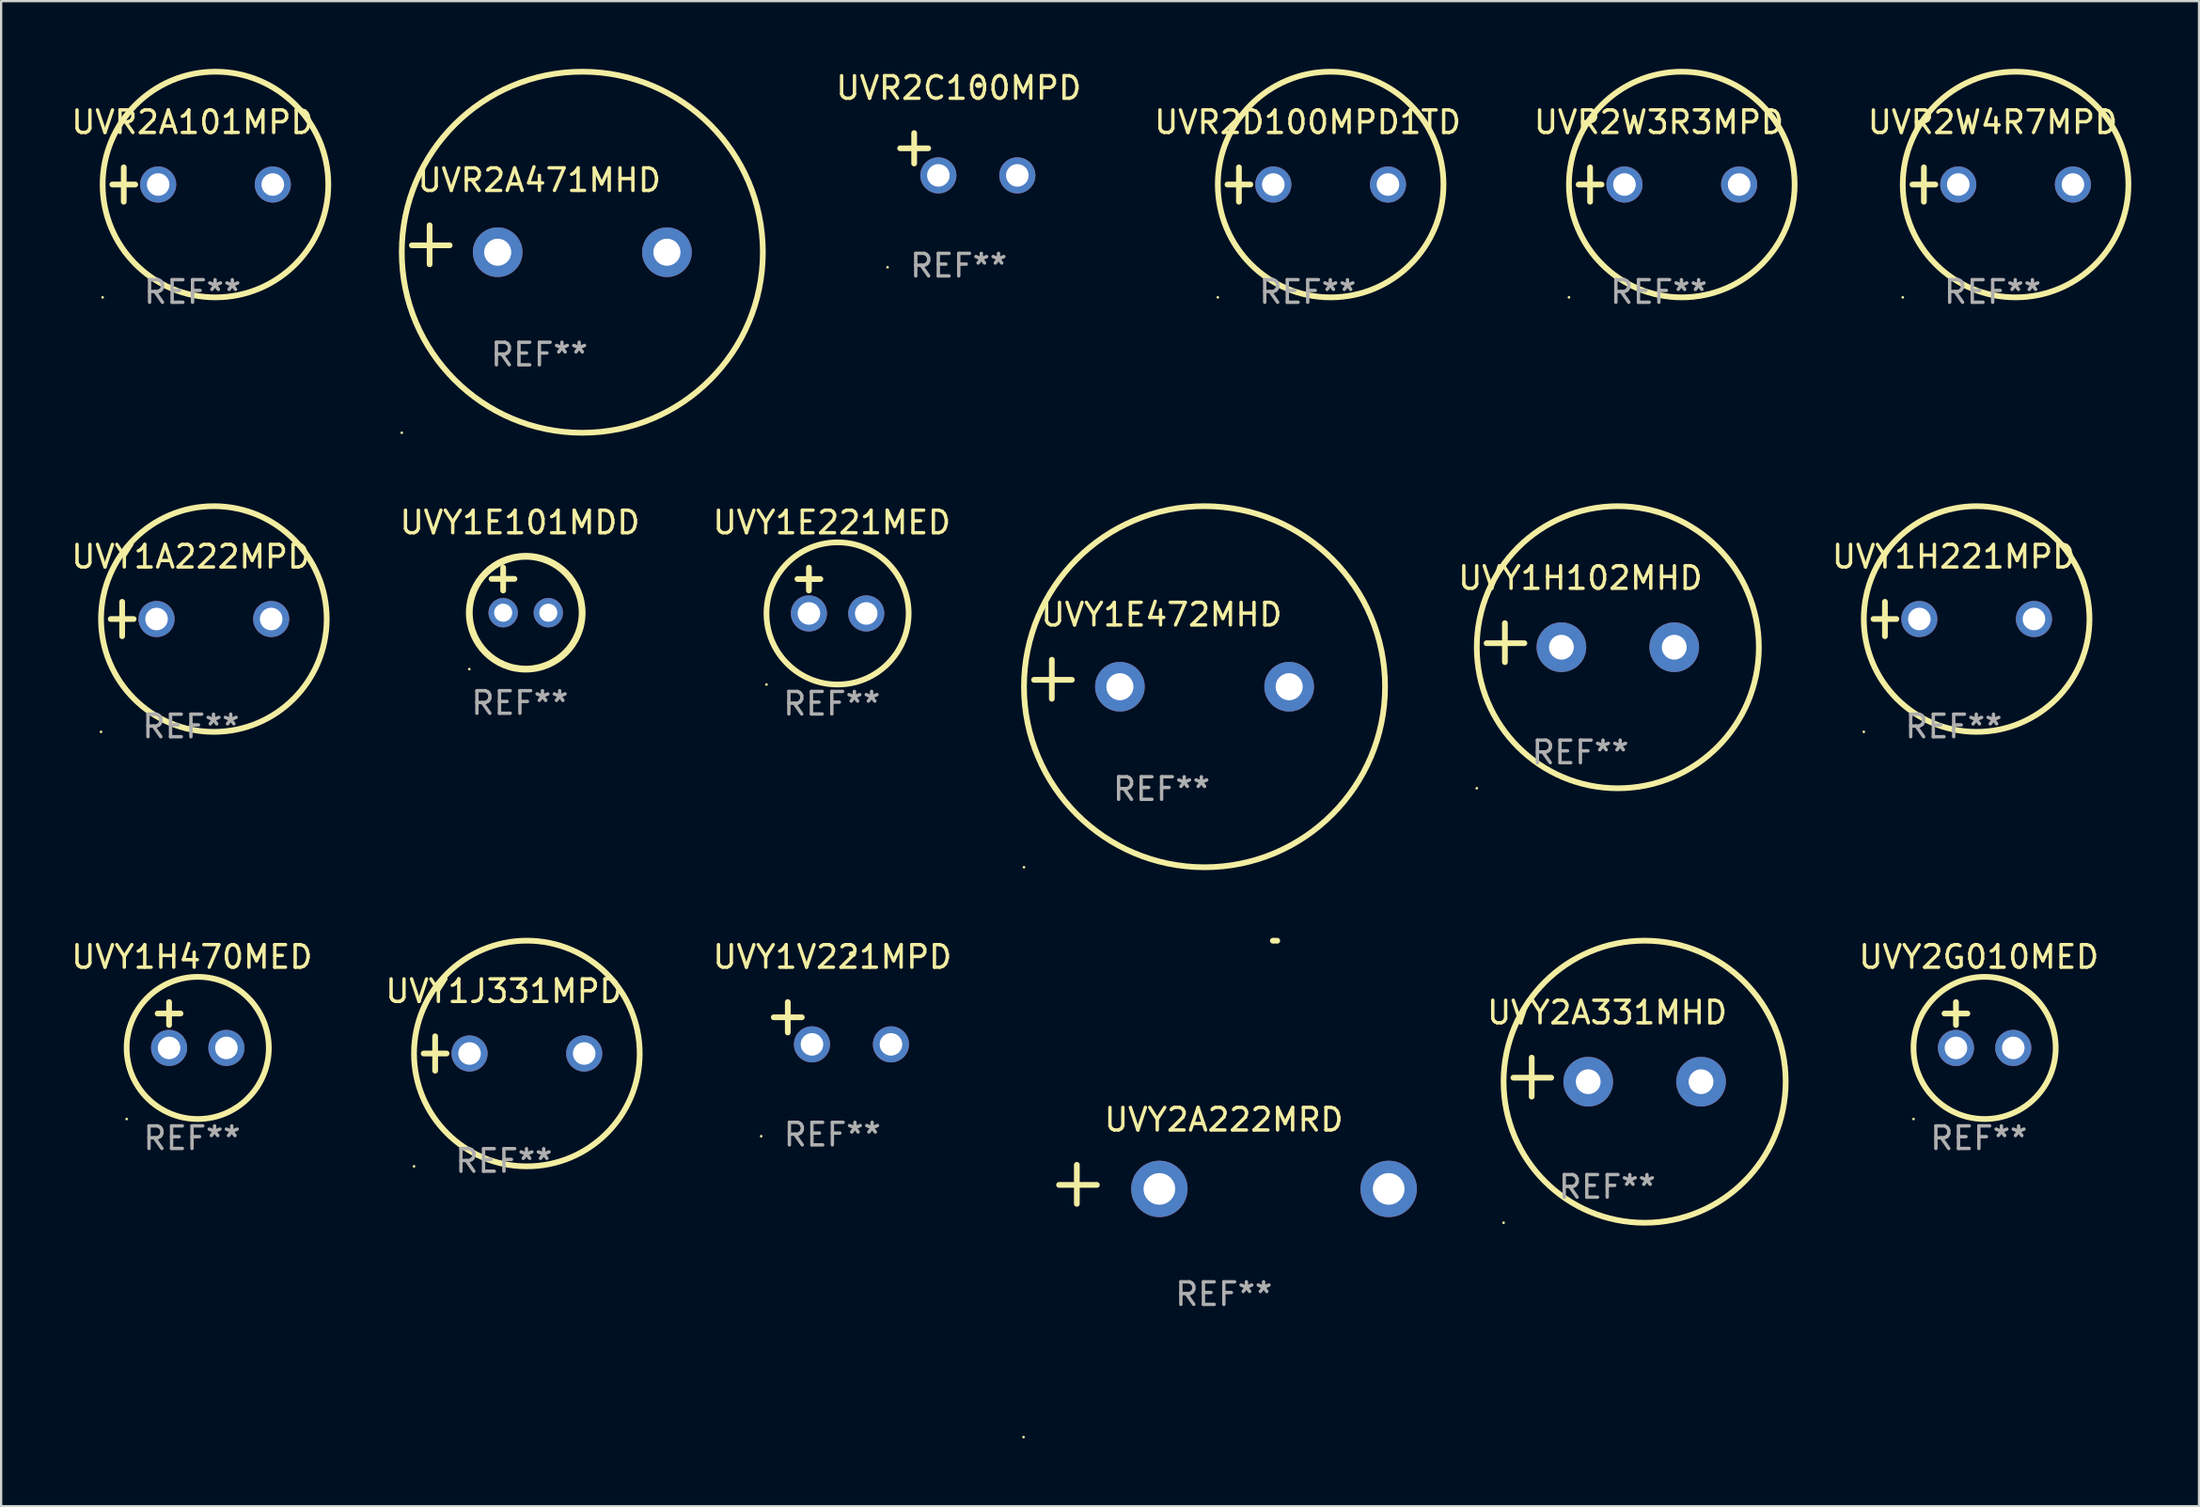
<source format=kicad_pcb>
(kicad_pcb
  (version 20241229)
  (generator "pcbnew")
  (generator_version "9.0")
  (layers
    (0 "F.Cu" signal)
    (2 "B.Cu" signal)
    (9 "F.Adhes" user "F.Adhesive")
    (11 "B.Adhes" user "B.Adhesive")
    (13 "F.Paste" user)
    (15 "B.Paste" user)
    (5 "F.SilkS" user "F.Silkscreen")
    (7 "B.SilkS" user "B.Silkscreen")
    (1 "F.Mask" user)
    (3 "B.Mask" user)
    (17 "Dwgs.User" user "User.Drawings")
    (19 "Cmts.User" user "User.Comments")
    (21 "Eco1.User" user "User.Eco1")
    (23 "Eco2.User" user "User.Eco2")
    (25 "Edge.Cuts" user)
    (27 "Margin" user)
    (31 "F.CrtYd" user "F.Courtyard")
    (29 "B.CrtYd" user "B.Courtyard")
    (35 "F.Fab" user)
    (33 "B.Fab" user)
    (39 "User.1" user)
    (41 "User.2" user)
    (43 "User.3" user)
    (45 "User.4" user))
  (footprint "UVY2G010MED"
    (layer "F.Cu")
    (at 84.637 42.372)
    (property "Reference" "UVY2G010MED" (at 0 -3.016 0) (layer "F.SilkS") (effects (font (size 1 1) (thickness 0.15))))
    (attr through_hole)
    (fp_line (start -1.524 -0.508) (end -0.508 -0.508) (stroke (width 0.254) (type solid)) (layer "F.SilkS"))
    (fp_line (start -1.016 -1.016) (end -1.016 0) (stroke (width 0.254) (type solid)) (layer "F.SilkS"))
    (fp_circle (center -2.896 4.166) (end -2.866 4.166) (stroke (width 0.06) (type solid)) (fill no) (layer "F.SilkS"))
    (fp_circle (center 0.254 1.016) (end 3.404 1.016) (stroke (width 0.254) (type solid)) (fill no) (layer "F.SilkS"))
    (fp_text user "REF**" (at 0 5.016 0) (layer "F.Fab") (effects (font (size 1 1) (thickness 0.15))))
    (pad "1" thru_hole circle (at -1.016 1.016) (size 1.6 1.6) (drill 1) (layers "*.Cu" "*.Mask"))
    (pad "2" thru_hole circle (at 1.524 1.016) (size 1.6 1.6) (drill 1) (layers "*.Cu" "*.Mask")))
  (footprint "UVY1H470MED"
    (layer "F.Cu")
    (at 5.458 42.372)
    (property "Reference" "UVY1H470MED" (at 0 -3.016 0) (layer "F.SilkS") (effects (font (size 1 1) (thickness 0.15))))
    (attr through_hole)
    (fp_line (start -1.524 -0.508) (end -0.508 -0.508) (stroke (width 0.254) (type solid)) (layer "F.SilkS"))
    (fp_line (start -1.016 -1.016) (end -1.016 0) (stroke (width 0.254) (type solid)) (layer "F.SilkS"))
    (fp_circle (center -2.896 4.166) (end -2.866 4.166) (stroke (width 0.06) (type solid)) (fill no) (layer "F.SilkS"))
    (fp_circle (center 0.254 1.016) (end 3.404 1.016) (stroke (width 0.254) (type solid)) (fill no) (layer "F.SilkS"))
    (fp_text user "REF**" (at 0 5.016 0) (layer "F.Fab") (effects (font (size 1 1) (thickness 0.15))))
    (pad "1" thru_hole circle (at -1.016 1.016) (size 1.6 1.6) (drill 1) (layers "*.Cu" "*.Mask"))
    (pad "2" thru_hole circle (at 1.524 1.016) (size 1.6 1.6) (drill 1) (layers "*.Cu" "*.Mask")))
  (footprint "UVY1E221MED"
    (layer "F.Cu")
    (at 33.81 23.118)
    (property "Reference" "UVY1E221MED" (at 0 -3.016 0) (layer "F.SilkS") (effects (font (size 1 1) (thickness 0.15))))
    (attr through_hole)
    (fp_line (start -1.524 -0.508) (end -0.508 -0.508) (stroke (width 0.254) (type solid)) (layer "F.SilkS"))
    (fp_line (start -1.016 -1.016) (end -1.016 0) (stroke (width 0.254) (type solid)) (layer "F.SilkS"))
    (fp_circle (center -2.896 4.166) (end -2.866 4.166) (stroke (width 0.06) (type solid)) (fill no) (layer "F.SilkS"))
    (fp_circle (center 0.254 1.016) (end 3.404 1.016) (stroke (width 0.254) (type solid)) (fill no) (layer "F.SilkS"))
    (fp_text user "REF**" (at 0 5.016 0) (layer "F.Fab") (effects (font (size 1 1) (thickness 0.15))))
    (pad "1" thru_hole circle (at -1.016 1.016) (size 1.6 1.6) (drill 1) (layers "*.Cu" "*.Mask"))
    (pad "2" thru_hole circle (at 1.524 1.016) (size 1.6 1.6) (drill 1) (layers "*.Cu" "*.Mask")))
  (footprint "UVY1H102MHD"
    (layer "F.Cu")
    (at 66.98 25.428)
    (property "Reference" "UVY1H102MHD" (at 0 -2.864 0) (layer "F.SilkS") (effects (font (size 1 1) (thickness 0.15))))
    (attr through_hole)
    (fp_line (start -3.346 0.864) (end -3.346 -0.864) (stroke (width 0.254) (type solid)) (layer "F.SilkS"))
    (fp_line (start -2.482 0.025) (end -4.158 0.025) (stroke (width 0.254) (type solid)) (layer "F.SilkS"))
    (fp_circle (center -4.592 6.453) (end -4.562 6.453) (stroke (width 0.06) (type solid)) (fill no) (layer "F.SilkS"))
    (fp_circle (center 1.658 0.203) (end 7.908 0.203) (stroke (width 0.254) (type solid)) (fill no) (layer "F.SilkS"))
    (fp_text user "REF**" (at 0 4.864 0) (layer "F.Fab") (effects (font (size 1 1) (thickness 0.15))))
    (pad "1" thru_hole circle (at -0.842 0.203) (size 2.2 2.2) (drill 1.1) (layers "*.Cu" "*.Mask"))
    (pad "2" thru_hole circle (at 4.158 0.203) (size 2.2 2.2) (drill 1.1) (layers "*.Cu" "*.Mask")))
  (footprint "UVY1E472MHD"
    (layer "F.Cu")
    (at 48.422 27.051)
    (property "Reference" "UVY1E472MHD" (at 0 -2.864 0) (layer "F.SilkS") (effects (font (size 1 1) (thickness 0.15))))
    (attr through_hole)
    (fp_line (start -4.864 0.864) (end -4.864 -0.864) (stroke (width 0.254) (type solid)) (layer "F.SilkS"))
    (fp_line (start -3.975 0.025) (end -5.652 0.025) (stroke (width 0.254) (type solid)) (layer "F.SilkS"))
    (fp_circle (center -6.098 8.33) (end -6.068 8.33) (stroke (width 0.06) (type solid)) (fill no) (layer "F.SilkS"))
    (fp_circle (center 1.902 0.33) (end 9.902 0.33) (stroke (width 0.254) (type solid)) (fill no) (layer "F.SilkS"))
    (fp_text user "REF**" (at 0 4.864 0) (layer "F.Fab") (effects (font (size 1 1) (thickness 0.15))))
    (pad "1" thru_hole circle (at -1.848 0.33) (size 2.2 2.2) (drill 1.2) (layers "*.Cu" "*.Mask"))
    (pad "2" thru_hole circle (at 5.652 0.33) (size 2.2 2.2) (drill 1.2) (layers "*.Cu" "*.Mask")))
  (footprint "UVY1V221MPD"
    (layer "F.Cu")
    (at 33.833 42.293)
    (property "Reference" "UVY1V221MPD" (at 0 -2.937 0) (layer "F.SilkS") (effects (font (size 1 1) (thickness 0.15))))
    (attr through_hole)
    (fp_line (start -1.975 0.41) (end -1.975 -0.937) (stroke (width 0.254) (type solid)) (layer "F.SilkS"))
    (fp_line (start -1.353 -0.263) (end -2.597 -0.263) (stroke (width 0.254) (type solid)) (layer "F.SilkS"))
    (fp_arc (start 0.849809 -3.063957) (mid 0.885369 -3.064114) (end 0.920929 -3.063957) (stroke (width 0.254001) (type solid)) (layer "F.SilkS"))
    (fp_circle (center -3.154 5.008) (end -3.124 5.008) (stroke (width 0.06) (type solid)) (fill no) (layer "F.SilkS"))
    (fp_text user "REF**" (at 0 4.937 0) (layer "F.Fab") (effects (font (size 1 1) (thickness 0.15))))
    (pad "1" thru_hole circle (at -0.903 0.937) (size 1.6 1.6) (drill 1) (layers "*.Cu" "*.Mask"))
    (pad "2" thru_hole circle (at 2.597 0.937) (size 1.6 1.6) (drill 1) (layers "*.Cu" "*.Mask")))
  (footprint "UVY1J331MPD"
    (layer "F.Cu")
    (at 19.28 43.635)
    (property "Reference" "UVY1J331MPD" (at 0 -2.762 0) (layer "F.SilkS") (effects (font (size 1 1) (thickness 0.15))))
    (attr through_hole)
    (fp_line (start -3.556 0) (end -2.54 0) (stroke (width 0.254) (type solid)) (layer "F.SilkS"))
    (fp_line (start -3.048 -0.762) (end -3.048 0.762) (stroke (width 0.254) (type solid)) (layer "F.SilkS"))
    (fp_circle (center -3.984 5) (end -3.954 5) (stroke (width 0.06) (type solid)) (fill no) (layer "F.SilkS"))
    (fp_circle (center 1.016 0) (end 6.016 0) (stroke (width 0.254) (type solid)) (fill no) (layer "F.SilkS"))
    (fp_text user "REF**" (at 0 4.762 0) (layer "F.Fab") (effects (font (size 1 1) (thickness 0.15))))
    (pad "1" thru_hole circle (at -1.524 0) (size 1.6 1.6) (drill 1) (layers "*.Cu" "*.Mask"))
    (pad "2" thru_hole circle (at 3.556 0) (size 1.6 1.6) (drill 1) (layers "*.Cu" "*.Mask")))
  (footprint "UVR2W4R7MPD"
    (layer "F.Cu")
    (at 85.248 5.127)
    (property "Reference" "UVR2W4R7MPD" (at 0 -2.762 0) (layer "F.SilkS") (effects (font (size 1 1) (thickness 0.15))))
    (attr through_hole)
    (fp_line (start -3.556 0) (end -2.54 0) (stroke (width 0.254) (type solid)) (layer "F.SilkS"))
    (fp_line (start -3.048 -0.762) (end -3.048 0.762) (stroke (width 0.254) (type solid)) (layer "F.SilkS"))
    (fp_circle (center -3.984 5) (end -3.954 5) (stroke (width 0.06) (type solid)) (fill no) (layer "F.SilkS"))
    (fp_circle (center 1.016 0) (end 6.016 0) (stroke (width 0.254) (type solid)) (fill no) (layer "F.SilkS"))
    (fp_text user "REF**" (at 0 4.762 0) (layer "F.Fab") (effects (font (size 1 1) (thickness 0.15))))
    (pad "1" thru_hole circle (at -1.524 0) (size 1.6 1.6) (drill 1) (layers "*.Cu" "*.Mask"))
    (pad "2" thru_hole circle (at 3.556 0) (size 1.6 1.6) (drill 1) (layers "*.Cu" "*.Mask")))
  (footprint "UVR2W3R3MPD"
    (layer "F.Cu")
    (at 70.457 5.127)
    (property "Reference" "UVR2W3R3MPD" (at 0 -2.762 0) (layer "F.SilkS") (effects (font (size 1 1) (thickness 0.15))))
    (attr through_hole)
    (fp_line (start -3.556 0) (end -2.54 0) (stroke (width 0.254) (type solid)) (layer "F.SilkS"))
    (fp_line (start -3.048 -0.762) (end -3.048 0.762) (stroke (width 0.254) (type solid)) (layer "F.SilkS"))
    (fp_circle (center -3.984 5) (end -3.954 5) (stroke (width 0.06) (type solid)) (fill no) (layer "F.SilkS"))
    (fp_circle (center 1.016 0) (end 6.016 0) (stroke (width 0.254) (type solid)) (fill no) (layer "F.SilkS"))
    (fp_text user "REF**" (at 0 4.762 0) (layer "F.Fab") (effects (font (size 1 1) (thickness 0.15))))
    (pad "1" thru_hole circle (at -1.524 0) (size 1.6 1.6) (drill 1) (layers "*.Cu" "*.Mask"))
    (pad "2" thru_hole circle (at 3.556 0) (size 1.6 1.6) (drill 1) (layers "*.Cu" "*.Mask")))
  (footprint "UVR2D100MPD1TD"
    (layer "F.Cu")
    (at 54.897 5.127)
    (property "Reference" "UVR2D100MPD1TD" (at 0 -2.762 0) (layer "F.SilkS") (effects (font (size 1 1) (thickness 0.15))))
    (attr through_hole)
    (fp_line (start -3.556 0) (end -2.54 0) (stroke (width 0.254) (type solid)) (layer "F.SilkS"))
    (fp_line (start -3.048 -0.762) (end -3.048 0.762) (stroke (width 0.254) (type solid)) (layer "F.SilkS"))
    (fp_circle (center -3.984 5) (end -3.954 5) (stroke (width 0.06) (type solid)) (fill no) (layer "F.SilkS"))
    (fp_circle (center 1.016 0) (end 6.016 0) (stroke (width 0.254) (type solid)) (fill no) (layer "F.SilkS"))
    (fp_text user "REF**" (at 0 4.762 0) (layer "F.Fab") (effects (font (size 1 1) (thickness 0.15))))
    (pad "1" thru_hole circle (at -1.524 0) (size 1.6 1.6) (drill 1) (layers "*.Cu" "*.Mask"))
    (pad "2" thru_hole circle (at 3.556 0) (size 1.6 1.6) (drill 1) (layers "*.Cu" "*.Mask")))
  (footprint "UVY2A331MHD"
    (layer "F.Cu")
    (at 68.168 44.682)
    (property "Reference" "UVY2A331MHD" (at 0 -2.864 0) (layer "F.SilkS") (effects (font (size 1 1) (thickness 0.15))))
    (attr through_hole)
    (fp_line (start -3.346 0.864) (end -3.346 -0.864) (stroke (width 0.254) (type solid)) (layer "F.SilkS"))
    (fp_line (start -2.482 0.025) (end -4.158 0.025) (stroke (width 0.254) (type solid)) (layer "F.SilkS"))
    (fp_circle (center -4.592 6.453) (end -4.562 6.453) (stroke (width 0.06) (type solid)) (fill no) (layer "F.SilkS"))
    (fp_circle (center 1.658 0.203) (end 7.908 0.203) (stroke (width 0.254) (type solid)) (fill no) (layer "F.SilkS"))
    (fp_text user "REF**" (at 0 4.864 0) (layer "F.Fab") (effects (font (size 1 1) (thickness 0.15))))
    (pad "1" thru_hole circle (at -0.842 0.203) (size 2.2 2.2) (drill 1.1) (layers "*.Cu" "*.Mask"))
    (pad "2" thru_hole circle (at 4.158 0.203) (size 2.2 2.2) (drill 1.1) (layers "*.Cu" "*.Mask")))
  (footprint "UVR2C100MPD"
    (layer "F.Cu")
    (at 39.433 3.785)
    (property "Reference" "UVR2C100MPD" (at 0 -2.937 0) (layer "F.SilkS") (effects (font (size 1 1) (thickness 0.15))))
    (attr through_hole)
    (fp_line (start -1.975 0.41) (end -1.975 -0.937) (stroke (width 0.254) (type solid)) (layer "F.SilkS"))
    (fp_line (start -1.353 -0.263) (end -2.597 -0.263) (stroke (width 0.254) (type solid)) (layer "F.SilkS"))
    (fp_arc (start 0.849809 -3.063957) (mid 0.885369 -3.064114) (end 0.920929 -3.063957) (stroke (width 0.254001) (type solid)) (layer "F.SilkS"))
    (fp_circle (center -3.154 5.008) (end -3.124 5.008) (stroke (width 0.06) (type solid)) (fill no) (layer "F.SilkS"))
    (fp_text user "REF**" (at 0 4.937 0) (layer "F.Fab") (effects (font (size 1 1) (thickness 0.15))))
    (pad "1" thru_hole circle (at -0.903 0.937) (size 1.6 1.6) (drill 1) (layers "*.Cu" "*.Mask"))
    (pad "2" thru_hole circle (at 2.597 0.937) (size 1.6 1.6) (drill 1) (layers "*.Cu" "*.Mask")))
  (footprint "UVR2A101MPD"
    (layer "F.Cu")
    (at 5.482 5.127)
    (property "Reference" "UVR2A101MPD" (at 0 -2.762 0) (layer "F.SilkS") (effects (font (size 1 1) (thickness 0.15))))
    (attr through_hole)
    (fp_line (start -3.556 0) (end -2.54 0) (stroke (width 0.254) (type solid)) (layer "F.SilkS"))
    (fp_line (start -3.048 -0.762) (end -3.048 0.762) (stroke (width 0.254) (type solid)) (layer "F.SilkS"))
    (fp_circle (center -3.984 5) (end -3.954 5) (stroke (width 0.06) (type solid)) (fill no) (layer "F.SilkS"))
    (fp_circle (center 1.016 0) (end 6.016 0) (stroke (width 0.254) (type solid)) (fill no) (layer "F.SilkS"))
    (fp_text user "REF**" (at 0 4.762 0) (layer "F.Fab") (effects (font (size 1 1) (thickness 0.15))))
    (pad "1" thru_hole circle (at -1.524 0) (size 1.6 1.6) (drill 1) (layers "*.Cu" "*.Mask"))
    (pad "2" thru_hole circle (at 3.556 0) (size 1.6 1.6) (drill 1) (layers "*.Cu" "*.Mask")))
  (footprint "UVR2A471MHD"
    (layer "F.Cu")
    (at 20.851 7.797)
    (property "Reference" "UVR2A471MHD" (at 0 -2.864 0) (layer "F.SilkS") (effects (font (size 1 1) (thickness 0.15))))
    (attr through_hole)
    (fp_line (start -4.864 0.864) (end -4.864 -0.864) (stroke (width 0.254) (type solid)) (layer "F.SilkS"))
    (fp_line (start -3.975 0.025) (end -5.652 0.025) (stroke (width 0.254) (type solid)) (layer "F.SilkS"))
    (fp_circle (center -6.098 8.33) (end -6.068 8.33) (stroke (width 0.06) (type solid)) (fill no) (layer "F.SilkS"))
    (fp_circle (center 1.902 0.33) (end 9.902 0.33) (stroke (width 0.254) (type solid)) (fill no) (layer "F.SilkS"))
    (fp_text user "REF**" (at 0 4.864 0) (layer "F.Fab") (effects (font (size 1 1) (thickness 0.15))))
    (pad "1" thru_hole circle (at -1.848 0.33) (size 2.2 2.2) (drill 1.2) (layers "*.Cu" "*.Mask"))
    (pad "2" thru_hole circle (at 5.652 0.33) (size 2.2 2.2) (drill 1.2) (layers "*.Cu" "*.Mask")))
  (footprint "UVY1E101MDD"
    (layer "F.Cu")
    (at 19.988 23.102)
    (property "Reference" "UVY1E101MDD" (at 0 -3 0) (layer "F.SilkS") (effects (font (size 1 1) (thickness 0.15))))
    (attr through_hole)
    (fp_line (start -1.258 -0.5) (end -0.242 -0.5) (stroke (width 0.254) (type solid)) (layer "F.SilkS"))
    (fp_line (start -0.742 -1) (end -0.742 0.016) (stroke (width 0.254) (type solid)) (layer "F.SilkS"))
    (fp_circle (center -2.242 3.5) (end -2.212 3.5) (stroke (width 0.06) (type solid)) (fill no) (layer "F.SilkS"))
    (fp_circle (center 0.258 1) (end 2.758 1) (stroke (width 0.3) (type solid)) (fill no) (layer "F.SilkS"))
    (fp_text user "REF**" (at 0 5 0) (layer "F.Fab") (effects (font (size 1 1) (thickness 0.15))))
    (pad "1" thru_hole circle (at -0.742 1) (size 1.3 1.3) (drill 0.8) (layers "*.Cu" "*.Mask"))
    (pad "2" thru_hole circle (at 1.258 1) (size 1.3 1.3) (drill 0.8) (layers "*.Cu" "*.Mask")))
  (footprint "UVY2A222MRD"
    (layer "F.Cu")
    (at 51.181 49.433)
    (property "Reference" "UVY2A222MRD" (at 0 -2.864 0) (layer "F.SilkS") (effects (font (size 1 1) (thickness 0.15))))
    (attr through_hole)
    (fp_line (start -6.515 0.864) (end -6.515 -0.864) (stroke (width 0.254) (type solid)) (layer "F.SilkS"))
    (fp_line (start -5.626 0.025) (end -7.303 0.025) (stroke (width 0.254) (type solid)) (layer "F.SilkS"))
    (fp_arc (start 2.171704 -10.797562) (mid 2.268229 -10.796706) (end 2.364744 -10.795022) (stroke (width 0.254001) (type solid)) (layer "F.SilkS"))
    (fp_circle (center -8.877 11.202) (end -8.847 11.202) (stroke (width 0.06) (type solid)) (fill no) (layer "F.SilkS"))
    (fp_text user "REF**" (at 0 4.864 0) (layer "F.Fab") (effects (font (size 1 1) (thickness 0.15))))
    (pad "1" thru_hole circle (at -2.858 0.203) (size 2.5 2.5) (drill 1.4) (layers "*.Cu" "*.Mask"))
    (pad "2" thru_hole circle (at 7.303 0.203) (size 2.5 2.5) (drill 1.4) (layers "*.Cu" "*.Mask")))
  (footprint "UVY1A222MPD"
    (layer "F.Cu")
    (at 5.411 24.381)
    (property "Reference" "UVY1A222MPD" (at 0 -2.762 0) (layer "F.SilkS") (effects (font (size 1 1) (thickness 0.15))))
    (attr through_hole)
    (fp_line (start -3.556 0) (end -2.54 0) (stroke (width 0.254) (type solid)) (layer "F.SilkS"))
    (fp_line (start -3.048 -0.762) (end -3.048 0.762) (stroke (width 0.254) (type solid)) (layer "F.SilkS"))
    (fp_circle (center -3.984 5) (end -3.954 5) (stroke (width 0.06) (type solid)) (fill no) (layer "F.SilkS"))
    (fp_circle (center 1.016 0) (end 6.016 0) (stroke (width 0.254) (type solid)) (fill no) (layer "F.SilkS"))
    (fp_text user "REF**" (at 0 4.762 0) (layer "F.Fab") (effects (font (size 1 1) (thickness 0.15))))
    (pad "1" thru_hole circle (at -1.524 0) (size 1.6 1.6) (drill 1) (layers "*.Cu" "*.Mask"))
    (pad "2" thru_hole circle (at 3.556 0) (size 1.6 1.6) (drill 1) (layers "*.Cu" "*.Mask")))
  (footprint "UVY1H221MPD"
    (layer "F.Cu")
    (at 83.522 24.381)
    (property "Reference" "UVY1H221MPD" (at 0 -2.762 0) (layer "F.SilkS") (effects (font (size 1 1) (thickness 0.15))))
    (attr through_hole)
    (fp_line (start -3.556 0) (end -2.54 0) (stroke (width 0.254) (type solid)) (layer "F.SilkS"))
    (fp_line (start -3.048 -0.762) (end -3.048 0.762) (stroke (width 0.254) (type solid)) (layer "F.SilkS"))
    (fp_circle (center -3.984 5) (end -3.954 5) (stroke (width 0.06) (type solid)) (fill no) (layer "F.SilkS"))
    (fp_circle (center 1.016 0) (end 6.016 0) (stroke (width 0.254) (type solid)) (fill no) (layer "F.SilkS"))
    (fp_text user "REF**" (at 0 4.762 0) (layer "F.Fab") (effects (font (size 1 1) (thickness 0.15))))
    (pad "1" thru_hole circle (at -1.524 0) (size 1.6 1.6) (drill 1) (layers "*.Cu" "*.Mask"))
    (pad "2" thru_hole circle (at 3.556 0) (size 1.6 1.6) (drill 1) (layers "*.Cu" "*.Mask")))
  (gr_rect
    (start -3 -3)
    (end 94.391 63.695)
    (stroke (width 0.1) (type default))
    (fill no)
    (layer "Edge.Cuts")))
</source>
